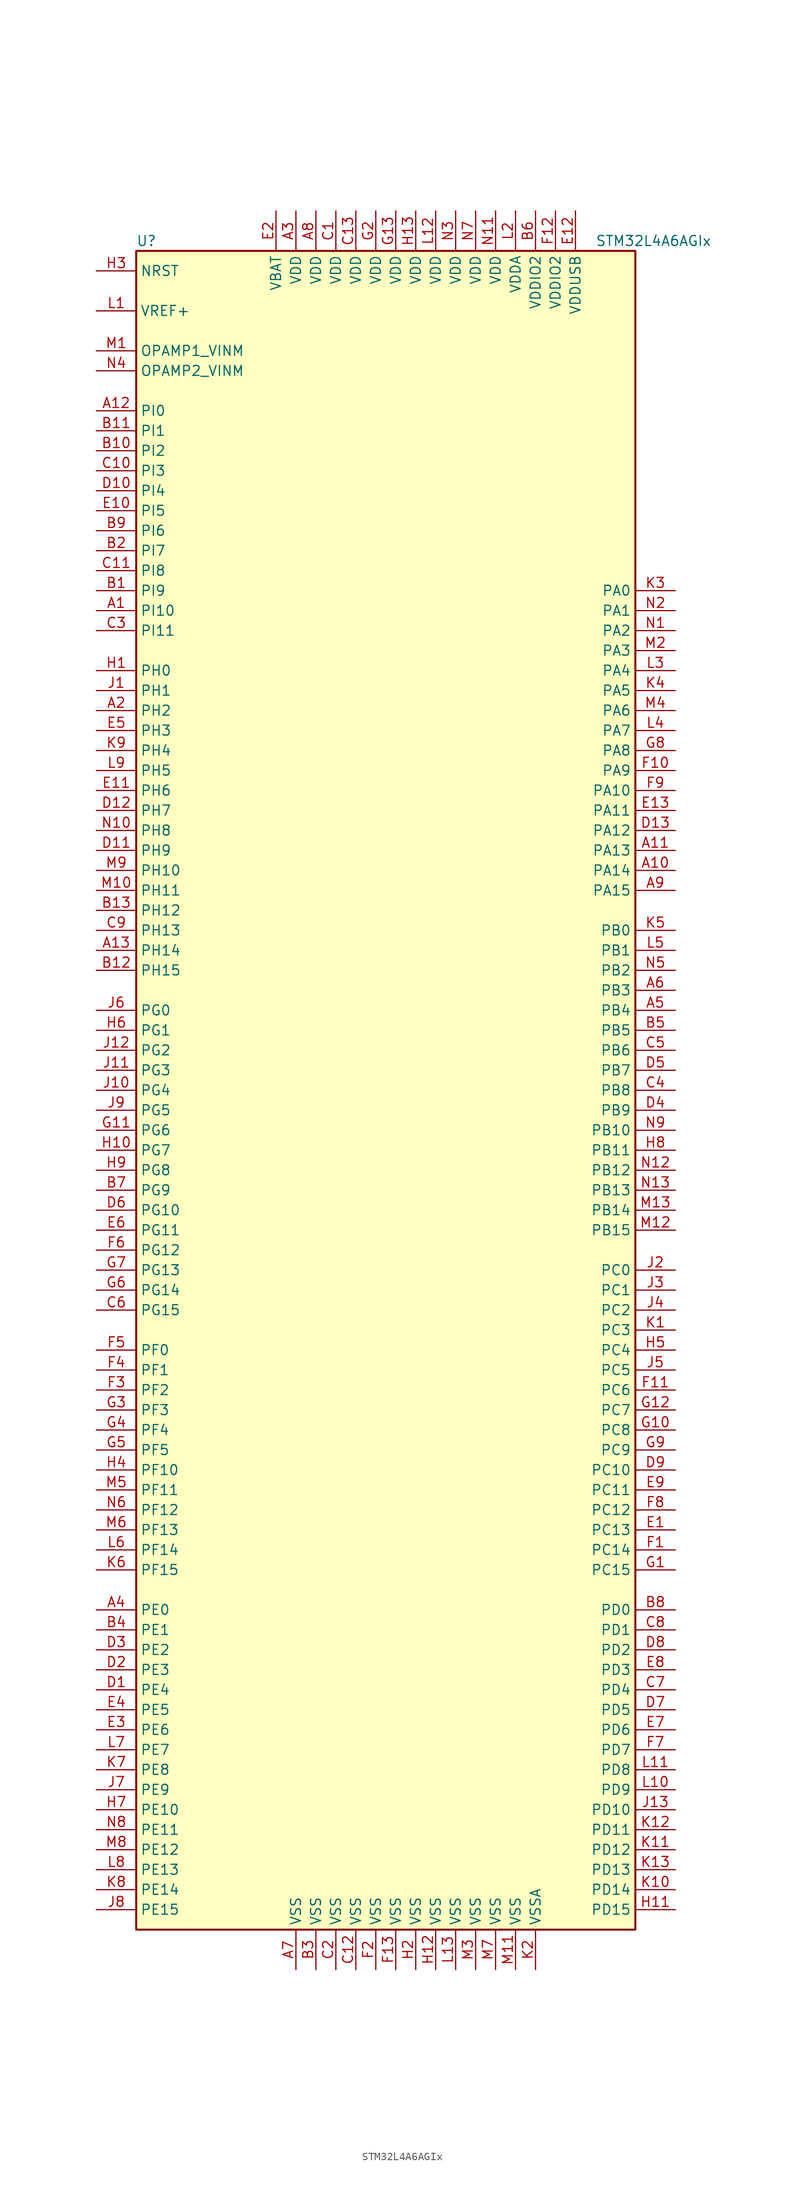
<source format=kicad_sym>
(kicad_symbol_lib
  (version 20211014)
  (generator kicad_symbol_editor)
  (symbol "STM32L4A6AGIx"
    (property "Reference" "U"
      (at -33.02 107.95 0)
      (effects (font (size 1.27 1.27)) (justify left)))
    (property "Value" "STM32L4A6AGIx"
      (at 25.4 107.95 0)
      (effects (font (size 1.27 1.27)) (justify left)))
    (symbol "STM32L4A6AGIx_0_1"
      (rectangle (start -33.02 -106.68) (end 30.48 106.68) (stroke (width 0.254) (type default) (color 0 0 0 0)) (fill (type background))))
    (symbol "STM32L4A6AGIx_1_1"
      (pin bidirectional line (at -38.1 60.96 0) (length 5.08) (name "PI10" (effects (font (size 1.27 1.27)))) (number "A1" (effects (font (size 1.27 1.27)))))
      (pin bidirectional line (at 35.56 27.94 180) (length 5.08) (name "PA14" (effects (font (size 1.27 1.27)))) (number "A10" (effects (font (size 1.27 1.27)))))
      (pin bidirectional line (at 35.56 30.48 180) (length 5.08) (name "PA13" (effects (font (size 1.27 1.27)))) (number "A11" (effects (font (size 1.27 1.27)))))
      (pin bidirectional line (at -38.1 86.36 0) (length 5.08) (name "PI0" (effects (font (size 1.27 1.27)))) (number "A12" (effects (font (size 1.27 1.27)))))
      (pin bidirectional line (at -38.1 17.78 0) (length 5.08) (name "PH14" (effects (font (size 1.27 1.27)))) (number "A13" (effects (font (size 1.27 1.27)))))
      (pin bidirectional line (at -38.1 48.26 0) (length 5.08) (name "PH2" (effects (font (size 1.27 1.27)))) (number "A2" (effects (font (size 1.27 1.27)))))
      (pin power_in line (at -12.7 111.76 270) (length 5.08) (name "VDD" (effects (font (size 1.27 1.27)))) (number "A3" (effects (font (size 1.27 1.27)))))
      (pin bidirectional line (at -38.1 -66.04 0) (length 5.08) (name "PE0" (effects (font (size 1.27 1.27)))) (number "A4" (effects (font (size 1.27 1.27)))))
      (pin bidirectional line (at 35.56 10.16 180) (length 5.08) (name "PB4" (effects (font (size 1.27 1.27)))) (number "A5" (effects (font (size 1.27 1.27)))))
      (pin bidirectional line (at 35.56 12.7 180) (length 5.08) (name "PB3" (effects (font (size 1.27 1.27)))) (number "A6" (effects (font (size 1.27 1.27)))))
      (pin power_in line (at -12.7 -111.76 90) (length 5.08) (name "VSS" (effects (font (size 1.27 1.27)))) (number "A7" (effects (font (size 1.27 1.27)))))
      (pin power_in line (at -10.16 111.76 270) (length 5.08) (name "VDD" (effects (font (size 1.27 1.27)))) (number "A8" (effects (font (size 1.27 1.27)))))
      (pin bidirectional line (at 35.56 25.4 180) (length 5.08) (name "PA15" (effects (font (size 1.27 1.27)))) (number "A9" (effects (font (size 1.27 1.27)))))
      (pin bidirectional line (at -38.1 63.5 0) (length 5.08) (name "PI9" (effects (font (size 1.27 1.27)))) (number "B1" (effects (font (size 1.27 1.27)))))
      (pin bidirectional line (at -38.1 81.28 0) (length 5.08) (name "PI2" (effects (font (size 1.27 1.27)))) (number "B10" (effects (font (size 1.27 1.27)))))
      (pin bidirectional line (at -38.1 83.82 0) (length 5.08) (name "PI1" (effects (font (size 1.27 1.27)))) (number "B11" (effects (font (size 1.27 1.27)))))
      (pin bidirectional line (at -38.1 15.24 0) (length 5.08) (name "PH15" (effects (font (size 1.27 1.27)))) (number "B12" (effects (font (size 1.27 1.27)))))
      (pin bidirectional line (at -38.1 22.86 0) (length 5.08) (name "PH12" (effects (font (size 1.27 1.27)))) (number "B13" (effects (font (size 1.27 1.27)))))
      (pin bidirectional line (at -38.1 68.58 0) (length 5.08) (name "PI7" (effects (font (size 1.27 1.27)))) (number "B2" (effects (font (size 1.27 1.27)))))
      (pin power_in line (at -10.16 -111.76 90) (length 5.08) (name "VSS" (effects (font (size 1.27 1.27)))) (number "B3" (effects (font (size 1.27 1.27)))))
      (pin bidirectional line (at -38.1 -68.58 0) (length 5.08) (name "PE1" (effects (font (size 1.27 1.27)))) (number "B4" (effects (font (size 1.27 1.27)))))
      (pin bidirectional line (at 35.56 7.62 180) (length 5.08) (name "PB5" (effects (font (size 1.27 1.27)))) (number "B5" (effects (font (size 1.27 1.27)))))
      (pin power_in line (at 17.78 111.76 270) (length 5.08) (name "VDDIO2" (effects (font (size 1.27 1.27)))) (number "B6" (effects (font (size 1.27 1.27)))))
      (pin bidirectional line (at -38.1 -12.7 0) (length 5.08) (name "PG9" (effects (font (size 1.27 1.27)))) (number "B7" (effects (font (size 1.27 1.27)))))
      (pin bidirectional line (at 35.56 -66.04 180) (length 5.08) (name "PD0" (effects (font (size 1.27 1.27)))) (number "B8" (effects (font (size 1.27 1.27)))))
      (pin bidirectional line (at -38.1 71.12 0) (length 5.08) (name "PI6" (effects (font (size 1.27 1.27)))) (number "B9" (effects (font (size 1.27 1.27)))))
      (pin power_in line (at -7.62 111.76 270) (length 5.08) (name "VDD" (effects (font (size 1.27 1.27)))) (number "C1" (effects (font (size 1.27 1.27)))))
      (pin bidirectional line (at -38.1 78.74 0) (length 5.08) (name "PI3" (effects (font (size 1.27 1.27)))) (number "C10" (effects (font (size 1.27 1.27)))))
      (pin bidirectional line (at -38.1 66.04 0) (length 5.08) (name "PI8" (effects (font (size 1.27 1.27)))) (number "C11" (effects (font (size 1.27 1.27)))))
      (pin power_in line (at -5.08 -111.76 90) (length 5.08) (name "VSS" (effects (font (size 1.27 1.27)))) (number "C12" (effects (font (size 1.27 1.27)))))
      (pin power_in line (at -5.08 111.76 270) (length 5.08) (name "VDD" (effects (font (size 1.27 1.27)))) (number "C13" (effects (font (size 1.27 1.27)))))
      (pin power_in line (at -7.62 -111.76 90) (length 5.08) (name "VSS" (effects (font (size 1.27 1.27)))) (number "C2" (effects (font (size 1.27 1.27)))))
      (pin bidirectional line (at -38.1 58.42 0) (length 5.08) (name "PI11" (effects (font (size 1.27 1.27)))) (number "C3" (effects (font (size 1.27 1.27)))))
      (pin bidirectional line (at 35.56 0 180) (length 5.08) (name "PB8" (effects (font (size 1.27 1.27)))) (number "C4" (effects (font (size 1.27 1.27)))))
      (pin bidirectional line (at 35.56 5.08 180) (length 5.08) (name "PB6" (effects (font (size 1.27 1.27)))) (number "C5" (effects (font (size 1.27 1.27)))))
      (pin bidirectional line (at -38.1 -27.94 0) (length 5.08) (name "PG15" (effects (font (size 1.27 1.27)))) (number "C6" (effects (font (size 1.27 1.27)))))
      (pin bidirectional line (at 35.56 -76.2 180) (length 5.08) (name "PD4" (effects (font (size 1.27 1.27)))) (number "C7" (effects (font (size 1.27 1.27)))))
      (pin bidirectional line (at 35.56 -68.58 180) (length 5.08) (name "PD1" (effects (font (size 1.27 1.27)))) (number "C8" (effects (font (size 1.27 1.27)))))
      (pin bidirectional line (at -38.1 20.32 0) (length 5.08) (name "PH13" (effects (font (size 1.27 1.27)))) (number "C9" (effects (font (size 1.27 1.27)))))
      (pin bidirectional line (at -38.1 -76.2 0) (length 5.08) (name "PE4" (effects (font (size 1.27 1.27)))) (number "D1" (effects (font (size 1.27 1.27)))))
      (pin bidirectional line (at -38.1 76.2 0) (length 5.08) (name "PI4" (effects (font (size 1.27 1.27)))) (number "D10" (effects (font (size 1.27 1.27)))))
      (pin bidirectional line (at -38.1 30.48 0) (length 5.08) (name "PH9" (effects (font (size 1.27 1.27)))) (number "D11" (effects (font (size 1.27 1.27)))))
      (pin bidirectional line (at -38.1 35.56 0) (length 5.08) (name "PH7" (effects (font (size 1.27 1.27)))) (number "D12" (effects (font (size 1.27 1.27)))))
      (pin bidirectional line (at 35.56 33.02 180) (length 5.08) (name "PA12" (effects (font (size 1.27 1.27)))) (number "D13" (effects (font (size 1.27 1.27)))))
      (pin bidirectional line (at -38.1 -73.66 0) (length 5.08) (name "PE3" (effects (font (size 1.27 1.27)))) (number "D2" (effects (font (size 1.27 1.27)))))
      (pin bidirectional line (at -38.1 -71.12 0) (length 5.08) (name "PE2" (effects (font (size 1.27 1.27)))) (number "D3" (effects (font (size 1.27 1.27)))))
      (pin bidirectional line (at 35.56 -2.54 180) (length 5.08) (name "PB9" (effects (font (size 1.27 1.27)))) (number "D4" (effects (font (size 1.27 1.27)))))
      (pin bidirectional line (at 35.56 2.54 180) (length 5.08) (name "PB7" (effects (font (size 1.27 1.27)))) (number "D5" (effects (font (size 1.27 1.27)))))
      (pin bidirectional line (at -38.1 -15.24 0) (length 5.08) (name "PG10" (effects (font (size 1.27 1.27)))) (number "D6" (effects (font (size 1.27 1.27)))))
      (pin bidirectional line (at 35.56 -78.74 180) (length 5.08) (name "PD5" (effects (font (size 1.27 1.27)))) (number "D7" (effects (font (size 1.27 1.27)))))
      (pin bidirectional line (at 35.56 -71.12 180) (length 5.08) (name "PD2" (effects (font (size 1.27 1.27)))) (number "D8" (effects (font (size 1.27 1.27)))))
      (pin bidirectional line (at 35.56 -48.26 180) (length 5.08) (name "PC10" (effects (font (size 1.27 1.27)))) (number "D9" (effects (font (size 1.27 1.27)))))
      (pin bidirectional line (at 35.56 -55.88 180) (length 5.08) (name "PC13" (effects (font (size 1.27 1.27)))) (number "E1" (effects (font (size 1.27 1.27)))))
      (pin bidirectional line (at -38.1 73.66 0) (length 5.08) (name "PI5" (effects (font (size 1.27 1.27)))) (number "E10" (effects (font (size 1.27 1.27)))))
      (pin bidirectional line (at -38.1 38.1 0) (length 5.08) (name "PH6" (effects (font (size 1.27 1.27)))) (number "E11" (effects (font (size 1.27 1.27)))))
      (pin power_in line (at 22.86 111.76 270) (length 5.08) (name "VDDUSB" (effects (font (size 1.27 1.27)))) (number "E12" (effects (font (size 1.27 1.27)))))
      (pin bidirectional line (at 35.56 35.56 180) (length 5.08) (name "PA11" (effects (font (size 1.27 1.27)))) (number "E13" (effects (font (size 1.27 1.27)))))
      (pin power_in line (at -15.24 111.76 270) (length 5.08) (name "VBAT" (effects (font (size 1.27 1.27)))) (number "E2" (effects (font (size 1.27 1.27)))))
      (pin bidirectional line (at -38.1 -81.28 0) (length 5.08) (name "PE6" (effects (font (size 1.27 1.27)))) (number "E3" (effects (font (size 1.27 1.27)))))
      (pin bidirectional line (at -38.1 -78.74 0) (length 5.08) (name "PE5" (effects (font (size 1.27 1.27)))) (number "E4" (effects (font (size 1.27 1.27)))))
      (pin bidirectional line (at -38.1 45.72 0) (length 5.08) (name "PH3" (effects (font (size 1.27 1.27)))) (number "E5" (effects (font (size 1.27 1.27)))))
      (pin bidirectional line (at -38.1 -17.78 0) (length 5.08) (name "PG11" (effects (font (size 1.27 1.27)))) (number "E6" (effects (font (size 1.27 1.27)))))
      (pin bidirectional line (at 35.56 -81.28 180) (length 5.08) (name "PD6" (effects (font (size 1.27 1.27)))) (number "E7" (effects (font (size 1.27 1.27)))))
      (pin bidirectional line (at 35.56 -73.66 180) (length 5.08) (name "PD3" (effects (font (size 1.27 1.27)))) (number "E8" (effects (font (size 1.27 1.27)))))
      (pin bidirectional line (at 35.56 -50.8 180) (length 5.08) (name "PC11" (effects (font (size 1.27 1.27)))) (number "E9" (effects (font (size 1.27 1.27)))))
      (pin bidirectional line (at 35.56 -58.42 180) (length 5.08) (name "PC14" (effects (font (size 1.27 1.27)))) (number "F1" (effects (font (size 1.27 1.27)))))
      (pin bidirectional line (at 35.56 40.64 180) (length 5.08) (name "PA9" (effects (font (size 1.27 1.27)))) (number "F10" (effects (font (size 1.27 1.27)))))
      (pin bidirectional line (at 35.56 -38.1 180) (length 5.08) (name "PC6" (effects (font (size 1.27 1.27)))) (number "F11" (effects (font (size 1.27 1.27)))))
      (pin power_in line (at 20.32 111.76 270) (length 5.08) (name "VDDIO2" (effects (font (size 1.27 1.27)))) (number "F12" (effects (font (size 1.27 1.27)))))
      (pin power_in line (at 0 -111.76 90) (length 5.08) (name "VSS" (effects (font (size 1.27 1.27)))) (number "F13" (effects (font (size 1.27 1.27)))))
      (pin power_in line (at -2.54 -111.76 90) (length 5.08) (name "VSS" (effects (font (size 1.27 1.27)))) (number "F2" (effects (font (size 1.27 1.27)))))
      (pin bidirectional line (at -38.1 -38.1 0) (length 5.08) (name "PF2" (effects (font (size 1.27 1.27)))) (number "F3" (effects (font (size 1.27 1.27)))))
      (pin bidirectional line (at -38.1 -35.56 0) (length 5.08) (name "PF1" (effects (font (size 1.27 1.27)))) (number "F4" (effects (font (size 1.27 1.27)))))
      (pin bidirectional line (at -38.1 -33.02 0) (length 5.08) (name "PF0" (effects (font (size 1.27 1.27)))) (number "F5" (effects (font (size 1.27 1.27)))))
      (pin bidirectional line (at -38.1 -20.32 0) (length 5.08) (name "PG12" (effects (font (size 1.27 1.27)))) (number "F6" (effects (font (size 1.27 1.27)))))
      (pin bidirectional line (at 35.56 -83.82 180) (length 5.08) (name "PD7" (effects (font (size 1.27 1.27)))) (number "F7" (effects (font (size 1.27 1.27)))))
      (pin bidirectional line (at 35.56 -53.34 180) (length 5.08) (name "PC12" (effects (font (size 1.27 1.27)))) (number "F8" (effects (font (size 1.27 1.27)))))
      (pin bidirectional line (at 35.56 38.1 180) (length 5.08) (name "PA10" (effects (font (size 1.27 1.27)))) (number "F9" (effects (font (size 1.27 1.27)))))
      (pin bidirectional line (at 35.56 -60.96 180) (length 5.08) (name "PC15" (effects (font (size 1.27 1.27)))) (number "G1" (effects (font (size 1.27 1.27)))))
      (pin bidirectional line (at 35.56 -43.18 180) (length 5.08) (name "PC8" (effects (font (size 1.27 1.27)))) (number "G10" (effects (font (size 1.27 1.27)))))
      (pin bidirectional line (at -38.1 -5.08 0) (length 5.08) (name "PG6" (effects (font (size 1.27 1.27)))) (number "G11" (effects (font (size 1.27 1.27)))))
      (pin bidirectional line (at 35.56 -40.64 180) (length 5.08) (name "PC7" (effects (font (size 1.27 1.27)))) (number "G12" (effects (font (size 1.27 1.27)))))
      (pin power_in line (at 0 111.76 270) (length 5.08) (name "VDD" (effects (font (size 1.27 1.27)))) (number "G13" (effects (font (size 1.27 1.27)))))
      (pin power_in line (at -2.54 111.76 270) (length 5.08) (name "VDD" (effects (font (size 1.27 1.27)))) (number "G2" (effects (font (size 1.27 1.27)))))
      (pin bidirectional line (at -38.1 -40.64 0) (length 5.08) (name "PF3" (effects (font (size 1.27 1.27)))) (number "G3" (effects (font (size 1.27 1.27)))))
      (pin bidirectional line (at -38.1 -43.18 0) (length 5.08) (name "PF4" (effects (font (size 1.27 1.27)))) (number "G4" (effects (font (size 1.27 1.27)))))
      (pin bidirectional line (at -38.1 -45.72 0) (length 5.08) (name "PF5" (effects (font (size 1.27 1.27)))) (number "G5" (effects (font (size 1.27 1.27)))))
      (pin bidirectional line (at -38.1 -25.4 0) (length 5.08) (name "PG14" (effects (font (size 1.27 1.27)))) (number "G6" (effects (font (size 1.27 1.27)))))
      (pin bidirectional line (at -38.1 -22.86 0) (length 5.08) (name "PG13" (effects (font (size 1.27 1.27)))) (number "G7" (effects (font (size 1.27 1.27)))))
      (pin bidirectional line (at 35.56 43.18 180) (length 5.08) (name "PA8" (effects (font (size 1.27 1.27)))) (number "G8" (effects (font (size 1.27 1.27)))))
      (pin bidirectional line (at 35.56 -45.72 180) (length 5.08) (name "PC9" (effects (font (size 1.27 1.27)))) (number "G9" (effects (font (size 1.27 1.27)))))
      (pin input line (at -38.1 53.34 0) (length 5.08) (name "PH0" (effects (font (size 1.27 1.27)))) (number "H1" (effects (font (size 1.27 1.27)))))
      (pin bidirectional line (at -38.1 -7.62 0) (length 5.08) (name "PG7" (effects (font (size 1.27 1.27)))) (number "H10" (effects (font (size 1.27 1.27)))))
      (pin bidirectional line (at 35.56 -104.14 180) (length 5.08) (name "PD15" (effects (font (size 1.27 1.27)))) (number "H11" (effects (font (size 1.27 1.27)))))
      (pin power_in line (at 5.08 -111.76 90) (length 5.08) (name "VSS" (effects (font (size 1.27 1.27)))) (number "H12" (effects (font (size 1.27 1.27)))))
      (pin power_in line (at 2.54 111.76 270) (length 5.08) (name "VDD" (effects (font (size 1.27 1.27)))) (number "H13" (effects (font (size 1.27 1.27)))))
      (pin power_in line (at 2.54 -111.76 90) (length 5.08) (name "VSS" (effects (font (size 1.27 1.27)))) (number "H2" (effects (font (size 1.27 1.27)))))
      (pin input line (at -38.1 104.14 0) (length 5.08) (name "NRST" (effects (font (size 1.27 1.27)))) (number "H3" (effects (font (size 1.27 1.27)))))
      (pin bidirectional line (at -38.1 -48.26 0) (length 5.08) (name "PF10" (effects (font (size 1.27 1.27)))) (number "H4" (effects (font (size 1.27 1.27)))))
      (pin bidirectional line (at 35.56 -33.02 180) (length 5.08) (name "PC4" (effects (font (size 1.27 1.27)))) (number "H5" (effects (font (size 1.27 1.27)))))
      (pin bidirectional line (at -38.1 7.62 0) (length 5.08) (name "PG1" (effects (font (size 1.27 1.27)))) (number "H6" (effects (font (size 1.27 1.27)))))
      (pin bidirectional line (at -38.1 -91.44 0) (length 5.08) (name "PE10" (effects (font (size 1.27 1.27)))) (number "H7" (effects (font (size 1.27 1.27)))))
      (pin bidirectional line (at 35.56 -7.62 180) (length 5.08) (name "PB11" (effects (font (size 1.27 1.27)))) (number "H8" (effects (font (size 1.27 1.27)))))
      (pin bidirectional line (at -38.1 -10.16 0) (length 5.08) (name "PG8" (effects (font (size 1.27 1.27)))) (number "H9" (effects (font (size 1.27 1.27)))))
      (pin input line (at -38.1 50.8 0) (length 5.08) (name "PH1" (effects (font (size 1.27 1.27)))) (number "J1" (effects (font (size 1.27 1.27)))))
      (pin bidirectional line (at -38.1 0 0) (length 5.08) (name "PG4" (effects (font (size 1.27 1.27)))) (number "J10" (effects (font (size 1.27 1.27)))))
      (pin bidirectional line (at -38.1 2.54 0) (length 5.08) (name "PG3" (effects (font (size 1.27 1.27)))) (number "J11" (effects (font (size 1.27 1.27)))))
      (pin bidirectional line (at -38.1 5.08 0) (length 5.08) (name "PG2" (effects (font (size 1.27 1.27)))) (number "J12" (effects (font (size 1.27 1.27)))))
      (pin bidirectional line (at 35.56 -91.44 180) (length 5.08) (name "PD10" (effects (font (size 1.27 1.27)))) (number "J13" (effects (font (size 1.27 1.27)))))
      (pin bidirectional line (at 35.56 -22.86 180) (length 5.08) (name "PC0" (effects (font (size 1.27 1.27)))) (number "J2" (effects (font (size 1.27 1.27)))))
      (pin bidirectional line (at 35.56 -25.4 180) (length 5.08) (name "PC1" (effects (font (size 1.27 1.27)))) (number "J3" (effects (font (size 1.27 1.27)))))
      (pin bidirectional line (at 35.56 -27.94 180) (length 5.08) (name "PC2" (effects (font (size 1.27 1.27)))) (number "J4" (effects (font (size 1.27 1.27)))))
      (pin bidirectional line (at 35.56 -35.56 180) (length 5.08) (name "PC5" (effects (font (size 1.27 1.27)))) (number "J5" (effects (font (size 1.27 1.27)))))
      (pin bidirectional line (at -38.1 10.16 0) (length 5.08) (name "PG0" (effects (font (size 1.27 1.27)))) (number "J6" (effects (font (size 1.27 1.27)))))
      (pin bidirectional line (at -38.1 -88.9 0) (length 5.08) (name "PE9" (effects (font (size 1.27 1.27)))) (number "J7" (effects (font (size 1.27 1.27)))))
      (pin bidirectional line (at -38.1 -104.14 0) (length 5.08) (name "PE15" (effects (font (size 1.27 1.27)))) (number "J8" (effects (font (size 1.27 1.27)))))
      (pin bidirectional line (at -38.1 -2.54 0) (length 5.08) (name "PG5" (effects (font (size 1.27 1.27)))) (number "J9" (effects (font (size 1.27 1.27)))))
      (pin bidirectional line (at 35.56 -30.48 180) (length 5.08) (name "PC3" (effects (font (size 1.27 1.27)))) (number "K1" (effects (font (size 1.27 1.27)))))
      (pin bidirectional line (at 35.56 -101.6 180) (length 5.08) (name "PD14" (effects (font (size 1.27 1.27)))) (number "K10" (effects (font (size 1.27 1.27)))))
      (pin bidirectional line (at 35.56 -96.52 180) (length 5.08) (name "PD12" (effects (font (size 1.27 1.27)))) (number "K11" (effects (font (size 1.27 1.27)))))
      (pin bidirectional line (at 35.56 -93.98 180) (length 5.08) (name "PD11" (effects (font (size 1.27 1.27)))) (number "K12" (effects (font (size 1.27 1.27)))))
      (pin bidirectional line (at 35.56 -99.06 180) (length 5.08) (name "PD13" (effects (font (size 1.27 1.27)))) (number "K13" (effects (font (size 1.27 1.27)))))
      (pin power_in line (at 17.78 -111.76 90) (length 5.08) (name "VSSA" (effects (font (size 1.27 1.27)))) (number "K2" (effects (font (size 1.27 1.27)))))
      (pin bidirectional line (at 35.56 63.5 180) (length 5.08) (name "PA0" (effects (font (size 1.27 1.27)))) (number "K3" (effects (font (size 1.27 1.27)))))
      (pin bidirectional line (at 35.56 50.8 180) (length 5.08) (name "PA5" (effects (font (size 1.27 1.27)))) (number "K4" (effects (font (size 1.27 1.27)))))
      (pin bidirectional line (at 35.56 20.32 180) (length 5.08) (name "PB0" (effects (font (size 1.27 1.27)))) (number "K5" (effects (font (size 1.27 1.27)))))
      (pin bidirectional line (at -38.1 -60.96 0) (length 5.08) (name "PF15" (effects (font (size 1.27 1.27)))) (number "K6" (effects (font (size 1.27 1.27)))))
      (pin bidirectional line (at -38.1 -86.36 0) (length 5.08) (name "PE8" (effects (font (size 1.27 1.27)))) (number "K7" (effects (font (size 1.27 1.27)))))
      (pin bidirectional line (at -38.1 -101.6 0) (length 5.08) (name "PE14" (effects (font (size 1.27 1.27)))) (number "K8" (effects (font (size 1.27 1.27)))))
      (pin bidirectional line (at -38.1 43.18 0) (length 5.08) (name "PH4" (effects (font (size 1.27 1.27)))) (number "K9" (effects (font (size 1.27 1.27)))))
      (pin bidirectional line (at -38.1 99.06 0) (length 5.08) (name "VREF+" (effects (font (size 1.27 1.27)))) (number "L1" (effects (font (size 1.27 1.27)))))
      (pin bidirectional line (at 35.56 -88.9 180) (length 5.08) (name "PD9" (effects (font (size 1.27 1.27)))) (number "L10" (effects (font (size 1.27 1.27)))))
      (pin bidirectional line (at 35.56 -86.36 180) (length 5.08) (name "PD8" (effects (font (size 1.27 1.27)))) (number "L11" (effects (font (size 1.27 1.27)))))
      (pin power_in line (at 5.08 111.76 270) (length 5.08) (name "VDD" (effects (font (size 1.27 1.27)))) (number "L12" (effects (font (size 1.27 1.27)))))
      (pin power_in line (at 7.62 -111.76 90) (length 5.08) (name "VSS" (effects (font (size 1.27 1.27)))) (number "L13" (effects (font (size 1.27 1.27)))))
      (pin power_in line (at 15.24 111.76 270) (length 5.08) (name "VDDA" (effects (font (size 1.27 1.27)))) (number "L2" (effects (font (size 1.27 1.27)))))
      (pin bidirectional line (at 35.56 53.34 180) (length 5.08) (name "PA4" (effects (font (size 1.27 1.27)))) (number "L3" (effects (font (size 1.27 1.27)))))
      (pin bidirectional line (at 35.56 45.72 180) (length 5.08) (name "PA7" (effects (font (size 1.27 1.27)))) (number "L4" (effects (font (size 1.27 1.27)))))
      (pin bidirectional line (at 35.56 17.78 180) (length 5.08) (name "PB1" (effects (font (size 1.27 1.27)))) (number "L5" (effects (font (size 1.27 1.27)))))
      (pin bidirectional line (at -38.1 -58.42 0) (length 5.08) (name "PF14" (effects (font (size 1.27 1.27)))) (number "L6" (effects (font (size 1.27 1.27)))))
      (pin bidirectional line (at -38.1 -83.82 0) (length 5.08) (name "PE7" (effects (font (size 1.27 1.27)))) (number "L7" (effects (font (size 1.27 1.27)))))
      (pin bidirectional line (at -38.1 -99.06 0) (length 5.08) (name "PE13" (effects (font (size 1.27 1.27)))) (number "L8" (effects (font (size 1.27 1.27)))))
      (pin bidirectional line (at -38.1 40.64 0) (length 5.08) (name "PH5" (effects (font (size 1.27 1.27)))) (number "L9" (effects (font (size 1.27 1.27)))))
      (pin bidirectional line (at -38.1 93.98 0) (length 5.08) (name "OPAMP1_VINM" (effects (font (size 1.27 1.27)))) (number "M1" (effects (font (size 1.27 1.27)))))
      (pin bidirectional line (at -38.1 25.4 0) (length 5.08) (name "PH11" (effects (font (size 1.27 1.27)))) (number "M10" (effects (font (size 1.27 1.27)))))
      (pin power_in line (at 15.24 -111.76 90) (length 5.08) (name "VSS" (effects (font (size 1.27 1.27)))) (number "M11" (effects (font (size 1.27 1.27)))))
      (pin bidirectional line (at 35.56 -17.78 180) (length 5.08) (name "PB15" (effects (font (size 1.27 1.27)))) (number "M12" (effects (font (size 1.27 1.27)))))
      (pin bidirectional line (at 35.56 -15.24 180) (length 5.08) (name "PB14" (effects (font (size 1.27 1.27)))) (number "M13" (effects (font (size 1.27 1.27)))))
      (pin bidirectional line (at 35.56 55.88 180) (length 5.08) (name "PA3" (effects (font (size 1.27 1.27)))) (number "M2" (effects (font (size 1.27 1.27)))))
      (pin power_in line (at 10.16 -111.76 90) (length 5.08) (name "VSS" (effects (font (size 1.27 1.27)))) (number "M3" (effects (font (size 1.27 1.27)))))
      (pin bidirectional line (at 35.56 48.26 180) (length 5.08) (name "PA6" (effects (font (size 1.27 1.27)))) (number "M4" (effects (font (size 1.27 1.27)))))
      (pin bidirectional line (at -38.1 -50.8 0) (length 5.08) (name "PF11" (effects (font (size 1.27 1.27)))) (number "M5" (effects (font (size 1.27 1.27)))))
      (pin bidirectional line (at -38.1 -55.88 0) (length 5.08) (name "PF13" (effects (font (size 1.27 1.27)))) (number "M6" (effects (font (size 1.27 1.27)))))
      (pin power_in line (at 12.7 -111.76 90) (length 5.08) (name "VSS" (effects (font (size 1.27 1.27)))) (number "M7" (effects (font (size 1.27 1.27)))))
      (pin bidirectional line (at -38.1 -96.52 0) (length 5.08) (name "PE12" (effects (font (size 1.27 1.27)))) (number "M8" (effects (font (size 1.27 1.27)))))
      (pin bidirectional line (at -38.1 27.94 0) (length 5.08) (name "PH10" (effects (font (size 1.27 1.27)))) (number "M9" (effects (font (size 1.27 1.27)))))
      (pin bidirectional line (at 35.56 58.42 180) (length 5.08) (name "PA2" (effects (font (size 1.27 1.27)))) (number "N1" (effects (font (size 1.27 1.27)))))
      (pin bidirectional line (at -38.1 33.02 0) (length 5.08) (name "PH8" (effects (font (size 1.27 1.27)))) (number "N10" (effects (font (size 1.27 1.27)))))
      (pin power_in line (at 12.7 111.76 270) (length 5.08) (name "VDD" (effects (font (size 1.27 1.27)))) (number "N11" (effects (font (size 1.27 1.27)))))
      (pin bidirectional line (at 35.56 -10.16 180) (length 5.08) (name "PB12" (effects (font (size 1.27 1.27)))) (number "N12" (effects (font (size 1.27 1.27)))))
      (pin bidirectional line (at 35.56 -12.7 180) (length 5.08) (name "PB13" (effects (font (size 1.27 1.27)))) (number "N13" (effects (font (size 1.27 1.27)))))
      (pin bidirectional line (at 35.56 60.96 180) (length 5.08) (name "PA1" (effects (font (size 1.27 1.27)))) (number "N2" (effects (font (size 1.27 1.27)))))
      (pin power_in line (at 7.62 111.76 270) (length 5.08) (name "VDD" (effects (font (size 1.27 1.27)))) (number "N3" (effects (font (size 1.27 1.27)))))
      (pin bidirectional line (at -38.1 91.44 0) (length 5.08) (name "OPAMP2_VINM" (effects (font (size 1.27 1.27)))) (number "N4" (effects (font (size 1.27 1.27)))))
      (pin bidirectional line (at 35.56 15.24 180) (length 5.08) (name "PB2" (effects (font (size 1.27 1.27)))) (number "N5" (effects (font (size 1.27 1.27)))))
      (pin bidirectional line (at -38.1 -53.34 0) (length 5.08) (name "PF12" (effects (font (size 1.27 1.27)))) (number "N6" (effects (font (size 1.27 1.27)))))
      (pin power_in line (at 10.16 111.76 270) (length 5.08) (name "VDD" (effects (font (size 1.27 1.27)))) (number "N7" (effects (font (size 1.27 1.27)))))
      (pin bidirectional line (at -38.1 -93.98 0) (length 5.08) (name "PE11" (effects (font (size 1.27 1.27)))) (number "N8" (effects (font (size 1.27 1.27)))))
      (pin bidirectional line (at 35.56 -5.08 180) (length 5.08) (name "PB10" (effects (font (size 1.27 1.27)))) (number "N9" (effects (font (size 1.27 1.27))))))))
</source>
